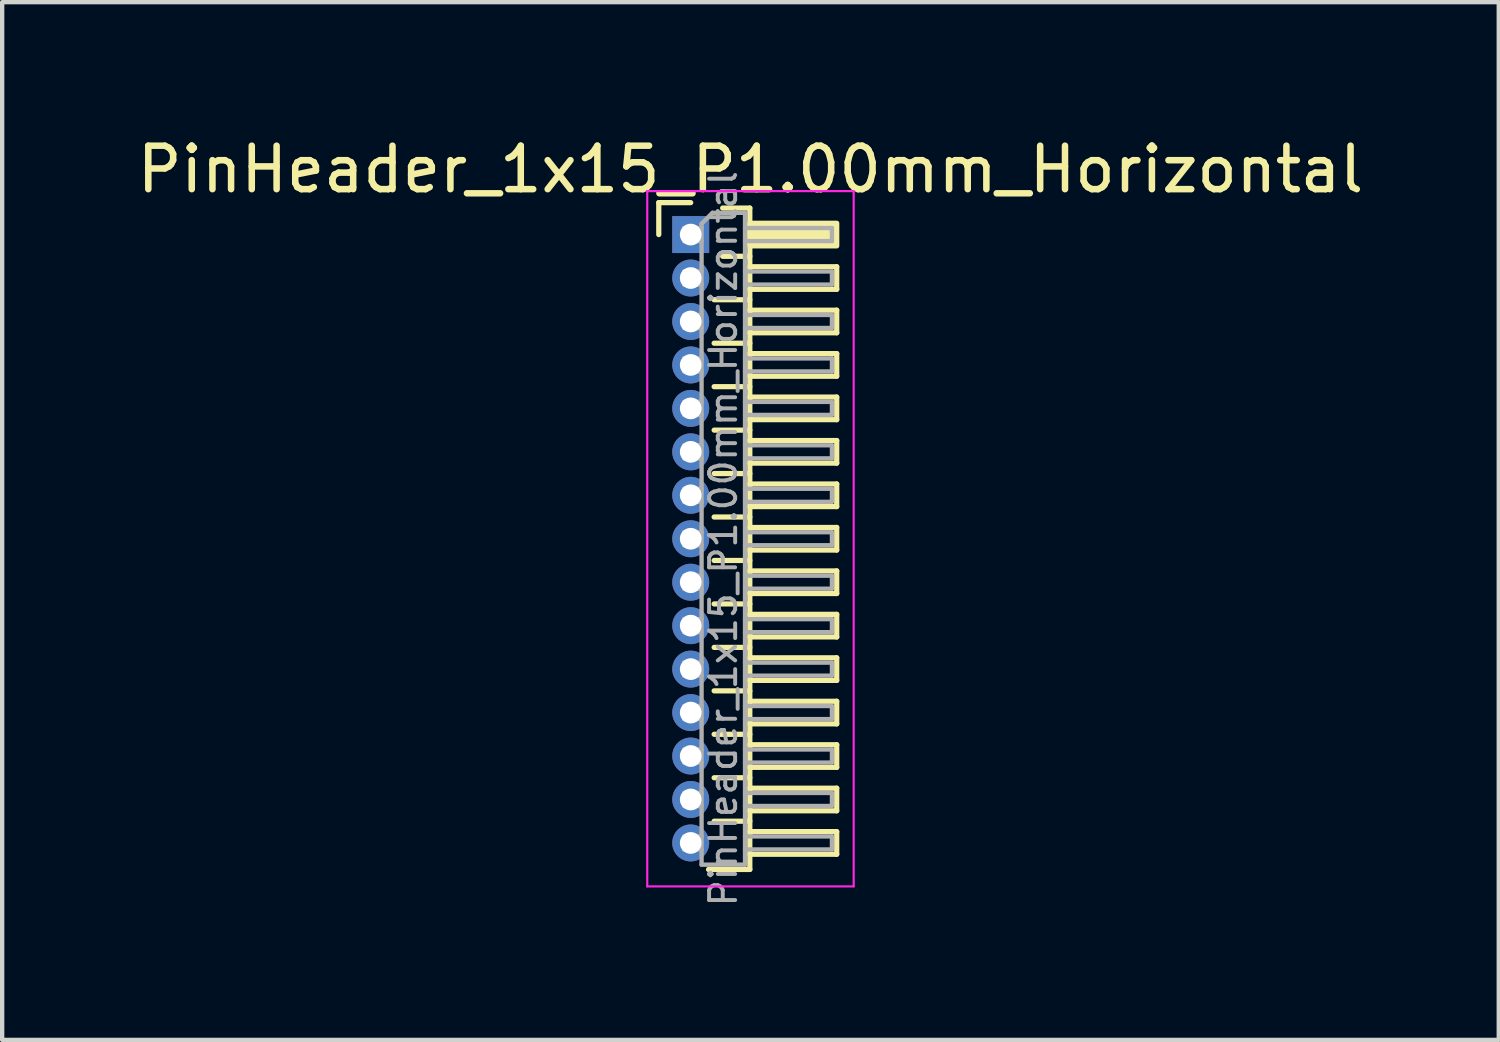
<source format=kicad_pcb>
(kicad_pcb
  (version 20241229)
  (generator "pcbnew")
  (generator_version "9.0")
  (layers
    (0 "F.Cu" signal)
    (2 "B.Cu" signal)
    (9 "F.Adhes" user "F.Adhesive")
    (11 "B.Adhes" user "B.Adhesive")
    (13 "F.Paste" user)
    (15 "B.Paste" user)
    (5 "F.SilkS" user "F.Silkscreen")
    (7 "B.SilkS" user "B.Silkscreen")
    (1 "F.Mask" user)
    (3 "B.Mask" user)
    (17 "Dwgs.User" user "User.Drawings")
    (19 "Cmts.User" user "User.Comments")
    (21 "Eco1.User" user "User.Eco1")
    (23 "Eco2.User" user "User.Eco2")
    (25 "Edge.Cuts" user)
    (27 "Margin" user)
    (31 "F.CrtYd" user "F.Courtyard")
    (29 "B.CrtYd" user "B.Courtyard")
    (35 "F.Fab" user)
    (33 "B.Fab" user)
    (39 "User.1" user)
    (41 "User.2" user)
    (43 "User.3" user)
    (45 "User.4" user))
  (footprint "PinHeader_1x15_P1.00mm_Horizontal"
    (layer "F.Cu")
    (at 12.845 2.348)
    (property "Reference" "PinHeader_1x15_P1.00mm_Horizontal" (at 1.375 -1.5 0) (layer "F.SilkS") (effects (font (size 1 1) (thickness 0.15))))
    (attr through_hole)
    (fp_line (start -0.735 -0.735) (end 0 -0.735) (stroke (width 0.12) (type solid)) (layer "F.SilkS"))
    (fp_line (start -0.735 0) (end -0.735 -0.735) (stroke (width 0.12) (type solid)) (layer "F.SilkS"))
    (fp_line (start 0.539 1.5) (end 1.36 1.5) (stroke (width 0.12) (type solid)) (layer "F.SilkS"))
    (fp_line (start 0.539 2.5) (end 1.36 2.5) (stroke (width 0.12) (type solid)) (layer "F.SilkS"))
    (fp_line (start 0.539 3.5) (end 1.36 3.5) (stroke (width 0.12) (type solid)) (layer "F.SilkS"))
    (fp_line (start 0.539 4.5) (end 1.36 4.5) (stroke (width 0.12) (type solid)) (layer "F.SilkS"))
    (fp_line (start 0.539 5.5) (end 1.36 5.5) (stroke (width 0.12) (type solid)) (layer "F.SilkS"))
    (fp_line (start 0.539 6.5) (end 1.36 6.5) (stroke (width 0.12) (type solid)) (layer "F.SilkS"))
    (fp_line (start 0.539 7.5) (end 1.36 7.5) (stroke (width 0.12) (type solid)) (layer "F.SilkS"))
    (fp_line (start 0.539 8.5) (end 1.36 8.5) (stroke (width 0.12) (type solid)) (layer "F.SilkS"))
    (fp_line (start 0.539 9.5) (end 1.36 9.5) (stroke (width 0.12) (type solid)) (layer "F.SilkS"))
    (fp_line (start 0.539 10.5) (end 1.36 10.5) (stroke (width 0.12) (type solid)) (layer "F.SilkS"))
    (fp_line (start 0.539 11.5) (end 1.36 11.5) (stroke (width 0.12) (type solid)) (layer "F.SilkS"))
    (fp_line (start 0.539 12.5) (end 1.36 12.5) (stroke (width 0.12) (type solid)) (layer "F.SilkS"))
    (fp_line (start 0.539 13.5) (end 1.36 13.5) (stroke (width 0.12) (type solid)) (layer "F.SilkS"))
    (fp_line (start 0.735 -0.61) (end 1.36 -0.61) (stroke (width 0.12) (type solid)) (layer "F.SilkS"))
    (fp_line (start 0.735 0.5) (end 1.36 0.5) (stroke (width 0.12) (type solid)) (layer "F.SilkS"))
    (fp_line (start 1.36 -0.61) (end 1.36 14.61) (stroke (width 0.12) (type solid)) (layer "F.SilkS"))
    (fp_line (start 1.36 0.74) (end 3.36 0.74) (stroke (width 0.12) (type solid)) (layer "F.SilkS"))
    (fp_line (start 1.36 1.74) (end 3.36 1.74) (stroke (width 0.12) (type solid)) (layer "F.SilkS"))
    (fp_line (start 1.36 2.74) (end 3.36 2.74) (stroke (width 0.12) (type solid)) (layer "F.SilkS"))
    (fp_line (start 1.36 3.74) (end 3.36 3.74) (stroke (width 0.12) (type solid)) (layer "F.SilkS"))
    (fp_line (start 1.36 4.74) (end 3.36 4.74) (stroke (width 0.12) (type solid)) (layer "F.SilkS"))
    (fp_line (start 1.36 5.74) (end 3.36 5.74) (stroke (width 0.12) (type solid)) (layer "F.SilkS"))
    (fp_line (start 1.36 6.74) (end 3.36 6.74) (stroke (width 0.12) (type solid)) (layer "F.SilkS"))
    (fp_line (start 1.36 7.74) (end 3.36 7.74) (stroke (width 0.12) (type solid)) (layer "F.SilkS"))
    (fp_line (start 1.36 8.74) (end 3.36 8.74) (stroke (width 0.12) (type solid)) (layer "F.SilkS"))
    (fp_line (start 1.36 9.74) (end 3.36 9.74) (stroke (width 0.12) (type solid)) (layer "F.SilkS"))
    (fp_line (start 1.36 10.74) (end 3.36 10.74) (stroke (width 0.12) (type solid)) (layer "F.SilkS"))
    (fp_line (start 1.36 11.74) (end 3.36 11.74) (stroke (width 0.12) (type solid)) (layer "F.SilkS"))
    (fp_line (start 1.36 12.74) (end 3.36 12.74) (stroke (width 0.12) (type solid)) (layer "F.SilkS"))
    (fp_line (start 1.36 13.74) (end 3.36 13.74) (stroke (width 0.12) (type solid)) (layer "F.SilkS"))
    (fp_line (start 1.36 14.61) (end 0.41 14.61) (stroke (width 0.12) (type solid)) (layer "F.SilkS"))
    (fp_line (start 3.36 0.74) (end 3.36 1.26) (stroke (width 0.12) (type solid)) (layer "F.SilkS"))
    (fp_line (start 3.36 1.26) (end 1.36 1.26) (stroke (width 0.12) (type solid)) (layer "F.SilkS"))
    (fp_line (start 3.36 1.74) (end 3.36 2.26) (stroke (width 0.12) (type solid)) (layer "F.SilkS"))
    (fp_line (start 3.36 2.26) (end 1.36 2.26) (stroke (width 0.12) (type solid)) (layer "F.SilkS"))
    (fp_line (start 3.36 2.74) (end 3.36 3.26) (stroke (width 0.12) (type solid)) (layer "F.SilkS"))
    (fp_line (start 3.36 3.26) (end 1.36 3.26) (stroke (width 0.12) (type solid)) (layer "F.SilkS"))
    (fp_line (start 3.36 3.74) (end 3.36 4.26) (stroke (width 0.12) (type solid)) (layer "F.SilkS"))
    (fp_line (start 3.36 4.26) (end 1.36 4.26) (stroke (width 0.12) (type solid)) (layer "F.SilkS"))
    (fp_line (start 3.36 4.74) (end 3.36 5.26) (stroke (width 0.12) (type solid)) (layer "F.SilkS"))
    (fp_line (start 3.36 5.26) (end 1.36 5.26) (stroke (width 0.12) (type solid)) (layer "F.SilkS"))
    (fp_line (start 3.36 5.74) (end 3.36 6.26) (stroke (width 0.12) (type solid)) (layer "F.SilkS"))
    (fp_line (start 3.36 6.26) (end 1.36 6.26) (stroke (width 0.12) (type solid)) (layer "F.SilkS"))
    (fp_line (start 3.36 6.74) (end 3.36 7.26) (stroke (width 0.12) (type solid)) (layer "F.SilkS"))
    (fp_line (start 3.36 7.26) (end 1.36 7.26) (stroke (width 0.12) (type solid)) (layer "F.SilkS"))
    (fp_line (start 3.36 7.74) (end 3.36 8.26) (stroke (width 0.12) (type solid)) (layer "F.SilkS"))
    (fp_line (start 3.36 8.26) (end 1.36 8.26) (stroke (width 0.12) (type solid)) (layer "F.SilkS"))
    (fp_line (start 3.36 8.74) (end 3.36 9.26) (stroke (width 0.12) (type solid)) (layer "F.SilkS"))
    (fp_line (start 3.36 9.26) (end 1.36 9.26) (stroke (width 0.12) (type solid)) (layer "F.SilkS"))
    (fp_line (start 3.36 9.74) (end 3.36 10.26) (stroke (width 0.12) (type solid)) (layer "F.SilkS"))
    (fp_line (start 3.36 10.26) (end 1.36 10.26) (stroke (width 0.12) (type solid)) (layer "F.SilkS"))
    (fp_line (start 3.36 10.74) (end 3.36 11.26) (stroke (width 0.12) (type solid)) (layer "F.SilkS"))
    (fp_line (start 3.36 11.26) (end 1.36 11.26) (stroke (width 0.12) (type solid)) (layer "F.SilkS"))
    (fp_line (start 3.36 11.74) (end 3.36 12.26) (stroke (width 0.12) (type solid)) (layer "F.SilkS"))
    (fp_line (start 3.36 12.26) (end 1.36 12.26) (stroke (width 0.12) (type solid)) (layer "F.SilkS"))
    (fp_line (start 3.36 12.74) (end 3.36 13.26) (stroke (width 0.12) (type solid)) (layer "F.SilkS"))
    (fp_line (start 3.36 13.26) (end 1.36 13.26) (stroke (width 0.12) (type solid)) (layer "F.SilkS"))
    (fp_line (start 3.36 13.74) (end 3.36 14.26) (stroke (width 0.12) (type solid)) (layer "F.SilkS"))
    (fp_line (start 3.36 14.26) (end 1.36 14.26) (stroke (width 0.12) (type solid)) (layer "F.SilkS"))
    (fp_rect (start 1.36 -0.26) (end 3.36 0.26) (stroke (width 0.12) (type solid)) (fill yes) (layer "F.SilkS"))
    (fp_line (start -1 -1) (end -1 15) (stroke (width 0.05) (type solid)) (layer "F.CrtYd"))
    (fp_line (start -1 15) (end 3.75 15) (stroke (width 0.05) (type solid)) (layer "F.CrtYd"))
    (fp_line (start 3.75 -1) (end -1 -1) (stroke (width 0.05) (type solid)) (layer "F.CrtYd"))
    (fp_line (start 3.75 15) (end 3.75 -1) (stroke (width 0.05) (type solid)) (layer "F.CrtYd"))
    (fp_line (start -0.15 -0.15) (end -0.15 0.15) (stroke (width 0.1) (type solid)) (layer "F.Fab"))
    (fp_line (start -0.15 -0.15) (end 0.25 -0.15) (stroke (width 0.1) (type solid)) (layer "F.Fab"))
    (fp_line (start -0.15 0.15) (end 0.25 0.15) (stroke (width 0.1) (type solid)) (layer "F.Fab"))
    (fp_line (start -0.15 0.85) (end -0.15 1.15) (stroke (width 0.1) (type solid)) (layer "F.Fab"))
    (fp_line (start -0.15 0.85) (end 0.25 0.85) (stroke (width 0.1) (type solid)) (layer "F.Fab"))
    (fp_line (start -0.15 1.15) (end 0.25 1.15) (stroke (width 0.1) (type solid)) (layer "F.Fab"))
    (fp_line (start -0.15 1.85) (end -0.15 2.15) (stroke (width 0.1) (type solid)) (layer "F.Fab"))
    (fp_line (start -0.15 1.85) (end 0.25 1.85) (stroke (width 0.1) (type solid)) (layer "F.Fab"))
    (fp_line (start -0.15 2.15) (end 0.25 2.15) (stroke (width 0.1) (type solid)) (layer "F.Fab"))
    (fp_line (start -0.15 2.85) (end -0.15 3.15) (stroke (width 0.1) (type solid)) (layer "F.Fab"))
    (fp_line (start -0.15 2.85) (end 0.25 2.85) (stroke (width 0.1) (type solid)) (layer "F.Fab"))
    (fp_line (start -0.15 3.15) (end 0.25 3.15) (stroke (width 0.1) (type solid)) (layer "F.Fab"))
    (fp_line (start -0.15 3.85) (end -0.15 4.15) (stroke (width 0.1) (type solid)) (layer "F.Fab"))
    (fp_line (start -0.15 3.85) (end 0.25 3.85) (stroke (width 0.1) (type solid)) (layer "F.Fab"))
    (fp_line (start -0.15 4.15) (end 0.25 4.15) (stroke (width 0.1) (type solid)) (layer "F.Fab"))
    (fp_line (start -0.15 4.85) (end -0.15 5.15) (stroke (width 0.1) (type solid)) (layer "F.Fab"))
    (fp_line (start -0.15 4.85) (end 0.25 4.85) (stroke (width 0.1) (type solid)) (layer "F.Fab"))
    (fp_line (start -0.15 5.15) (end 0.25 5.15) (stroke (width 0.1) (type solid)) (layer "F.Fab"))
    (fp_line (start -0.15 5.85) (end -0.15 6.15) (stroke (width 0.1) (type solid)) (layer "F.Fab"))
    (fp_line (start -0.15 5.85) (end 0.25 5.85) (stroke (width 0.1) (type solid)) (layer "F.Fab"))
    (fp_line (start -0.15 6.15) (end 0.25 6.15) (stroke (width 0.1) (type solid)) (layer "F.Fab"))
    (fp_line (start -0.15 6.85) (end -0.15 7.15) (stroke (width 0.1) (type solid)) (layer "F.Fab"))
    (fp_line (start -0.15 6.85) (end 0.25 6.85) (stroke (width 0.1) (type solid)) (layer "F.Fab"))
    (fp_line (start -0.15 7.15) (end 0.25 7.15) (stroke (width 0.1) (type solid)) (layer "F.Fab"))
    (fp_line (start -0.15 7.85) (end -0.15 8.15) (stroke (width 0.1) (type solid)) (layer "F.Fab"))
    (fp_line (start -0.15 7.85) (end 0.25 7.85) (stroke (width 0.1) (type solid)) (layer "F.Fab"))
    (fp_line (start -0.15 8.15) (end 0.25 8.15) (stroke (width 0.1) (type solid)) (layer "F.Fab"))
    (fp_line (start -0.15 8.85) (end -0.15 9.15) (stroke (width 0.1) (type solid)) (layer "F.Fab"))
    (fp_line (start -0.15 8.85) (end 0.25 8.85) (stroke (width 0.1) (type solid)) (layer "F.Fab"))
    (fp_line (start -0.15 9.15) (end 0.25 9.15) (stroke (width 0.1) (type solid)) (layer "F.Fab"))
    (fp_line (start -0.15 9.85) (end -0.15 10.15) (stroke (width 0.1) (type solid)) (layer "F.Fab"))
    (fp_line (start -0.15 9.85) (end 0.25 9.85) (stroke (width 0.1) (type solid)) (layer "F.Fab"))
    (fp_line (start -0.15 10.15) (end 0.25 10.15) (stroke (width 0.1) (type solid)) (layer "F.Fab"))
    (fp_line (start -0.15 10.85) (end -0.15 11.15) (stroke (width 0.1) (type solid)) (layer "F.Fab"))
    (fp_line (start -0.15 10.85) (end 0.25 10.85) (stroke (width 0.1) (type solid)) (layer "F.Fab"))
    (fp_line (start -0.15 11.15) (end 0.25 11.15) (stroke (width 0.1) (type solid)) (layer "F.Fab"))
    (fp_line (start -0.15 11.85) (end -0.15 12.15) (stroke (width 0.1) (type solid)) (layer "F.Fab"))
    (fp_line (start -0.15 11.85) (end 0.25 11.85) (stroke (width 0.1) (type solid)) (layer "F.Fab"))
    (fp_line (start -0.15 12.15) (end 0.25 12.15) (stroke (width 0.1) (type solid)) (layer "F.Fab"))
    (fp_line (start -0.15 12.85) (end -0.15 13.15) (stroke (width 0.1) (type solid)) (layer "F.Fab"))
    (fp_line (start -0.15 12.85) (end 0.25 12.85) (stroke (width 0.1) (type solid)) (layer "F.Fab"))
    (fp_line (start -0.15 13.15) (end 0.25 13.15) (stroke (width 0.1) (type solid)) (layer "F.Fab"))
    (fp_line (start -0.15 13.85) (end -0.15 14.15) (stroke (width 0.1) (type solid)) (layer "F.Fab"))
    (fp_line (start -0.15 13.85) (end 0.25 13.85) (stroke (width 0.1) (type solid)) (layer "F.Fab"))
    (fp_line (start -0.15 14.15) (end 0.25 14.15) (stroke (width 0.1) (type solid)) (layer "F.Fab"))
    (fp_line (start 0.25 -0.25) (end 0.5 -0.5) (stroke (width 0.1) (type solid)) (layer "F.Fab"))
    (fp_line (start 0.25 14.5) (end 0.25 -0.25) (stroke (width 0.1) (type solid)) (layer "F.Fab"))
    (fp_line (start 0.5 -0.5) (end 1.25 -0.5) (stroke (width 0.1) (type solid)) (layer "F.Fab"))
    (fp_line (start 1.25 -0.5) (end 1.25 14.5) (stroke (width 0.1) (type solid)) (layer "F.Fab"))
    (fp_line (start 1.25 -0.15) (end 3.25 -0.15) (stroke (width 0.1) (type solid)) (layer "F.Fab"))
    (fp_line (start 1.25 0.15) (end 3.25 0.15) (stroke (width 0.1) (type solid)) (layer "F.Fab"))
    (fp_line (start 1.25 0.85) (end 3.25 0.85) (stroke (width 0.1) (type solid)) (layer "F.Fab"))
    (fp_line (start 1.25 1.15) (end 3.25 1.15) (stroke (width 0.1) (type solid)) (layer "F.Fab"))
    (fp_line (start 1.25 1.85) (end 3.25 1.85) (stroke (width 0.1) (type solid)) (layer "F.Fab"))
    (fp_line (start 1.25 2.15) (end 3.25 2.15) (stroke (width 0.1) (type solid)) (layer "F.Fab"))
    (fp_line (start 1.25 2.85) (end 3.25 2.85) (stroke (width 0.1) (type solid)) (layer "F.Fab"))
    (fp_line (start 1.25 3.15) (end 3.25 3.15) (stroke (width 0.1) (type solid)) (layer "F.Fab"))
    (fp_line (start 1.25 3.85) (end 3.25 3.85) (stroke (width 0.1) (type solid)) (layer "F.Fab"))
    (fp_line (start 1.25 4.15) (end 3.25 4.15) (stroke (width 0.1) (type solid)) (layer "F.Fab"))
    (fp_line (start 1.25 4.85) (end 3.25 4.85) (stroke (width 0.1) (type solid)) (layer "F.Fab"))
    (fp_line (start 1.25 5.15) (end 3.25 5.15) (stroke (width 0.1) (type solid)) (layer "F.Fab"))
    (fp_line (start 1.25 5.85) (end 3.25 5.85) (stroke (width 0.1) (type solid)) (layer "F.Fab"))
    (fp_line (start 1.25 6.15) (end 3.25 6.15) (stroke (width 0.1) (type solid)) (layer "F.Fab"))
    (fp_line (start 1.25 6.85) (end 3.25 6.85) (stroke (width 0.1) (type solid)) (layer "F.Fab"))
    (fp_line (start 1.25 7.15) (end 3.25 7.15) (stroke (width 0.1) (type solid)) (layer "F.Fab"))
    (fp_line (start 1.25 7.85) (end 3.25 7.85) (stroke (width 0.1) (type solid)) (layer "F.Fab"))
    (fp_line (start 1.25 8.15) (end 3.25 8.15) (stroke (width 0.1) (type solid)) (layer "F.Fab"))
    (fp_line (start 1.25 8.85) (end 3.25 8.85) (stroke (width 0.1) (type solid)) (layer "F.Fab"))
    (fp_line (start 1.25 9.15) (end 3.25 9.15) (stroke (width 0.1) (type solid)) (layer "F.Fab"))
    (fp_line (start 1.25 9.85) (end 3.25 9.85) (stroke (width 0.1) (type solid)) (layer "F.Fab"))
    (fp_line (start 1.25 10.15) (end 3.25 10.15) (stroke (width 0.1) (type solid)) (layer "F.Fab"))
    (fp_line (start 1.25 10.85) (end 3.25 10.85) (stroke (width 0.1) (type solid)) (layer "F.Fab"))
    (fp_line (start 1.25 11.15) (end 3.25 11.15) (stroke (width 0.1) (type solid)) (layer "F.Fab"))
    (fp_line (start 1.25 11.85) (end 3.25 11.85) (stroke (width 0.1) (type solid)) (layer "F.Fab"))
    (fp_line (start 1.25 12.15) (end 3.25 12.15) (stroke (width 0.1) (type solid)) (layer "F.Fab"))
    (fp_line (start 1.25 12.85) (end 3.25 12.85) (stroke (width 0.1) (type solid)) (layer "F.Fab"))
    (fp_line (start 1.25 13.15) (end 3.25 13.15) (stroke (width 0.1) (type solid)) (layer "F.Fab"))
    (fp_line (start 1.25 13.85) (end 3.25 13.85) (stroke (width 0.1) (type solid)) (layer "F.Fab"))
    (fp_line (start 1.25 14.15) (end 3.25 14.15) (stroke (width 0.1) (type solid)) (layer "F.Fab"))
    (fp_line (start 1.25 14.5) (end 0.25 14.5) (stroke (width 0.1) (type solid)) (layer "F.Fab"))
    (fp_line (start 3.25 -0.15) (end 3.25 0.15) (stroke (width 0.1) (type solid)) (layer "F.Fab"))
    (fp_line (start 3.25 0.85) (end 3.25 1.15) (stroke (width 0.1) (type solid)) (layer "F.Fab"))
    (fp_line (start 3.25 1.85) (end 3.25 2.15) (stroke (width 0.1) (type solid)) (layer "F.Fab"))
    (fp_line (start 3.25 2.85) (end 3.25 3.15) (stroke (width 0.1) (type solid)) (layer "F.Fab"))
    (fp_line (start 3.25 3.85) (end 3.25 4.15) (stroke (width 0.1) (type solid)) (layer "F.Fab"))
    (fp_line (start 3.25 4.85) (end 3.25 5.15) (stroke (width 0.1) (type solid)) (layer "F.Fab"))
    (fp_line (start 3.25 5.85) (end 3.25 6.15) (stroke (width 0.1) (type solid)) (layer "F.Fab"))
    (fp_line (start 3.25 6.85) (end 3.25 7.15) (stroke (width 0.1) (type solid)) (layer "F.Fab"))
    (fp_line (start 3.25 7.85) (end 3.25 8.15) (stroke (width 0.1) (type solid)) (layer "F.Fab"))
    (fp_line (start 3.25 8.85) (end 3.25 9.15) (stroke (width 0.1) (type solid)) (layer "F.Fab"))
    (fp_line (start 3.25 9.85) (end 3.25 10.15) (stroke (width 0.1) (type solid)) (layer "F.Fab"))
    (fp_line (start 3.25 10.85) (end 3.25 11.15) (stroke (width 0.1) (type solid)) (layer "F.Fab"))
    (fp_line (start 3.25 11.85) (end 3.25 12.15) (stroke (width 0.1) (type solid)) (layer "F.Fab"))
    (fp_line (start 3.25 12.85) (end 3.25 13.15) (stroke (width 0.1) (type solid)) (layer "F.Fab"))
    (fp_line (start 3.25 13.85) (end 3.25 14.15) (stroke (width 0.1) (type solid)) (layer "F.Fab"))
    (fp_text user "${REFERENCE}" (at 0.75 7 90) (layer "F.Fab") (effects (font (size 0.6 0.6) (thickness 0.09))))
    (pad "1" thru_hole rect (at 0 0) (size 0.85 0.85) (drill 0.5) (layers "*.Cu" "*.Mask"))
    (pad "2" thru_hole circle (at 0 1) (size 0.85 0.85) (drill 0.5) (layers "*.Cu" "*.Mask"))
    (pad "3" thru_hole circle (at 0 2) (size 0.85 0.85) (drill 0.5) (layers "*.Cu" "*.Mask"))
    (pad "4" thru_hole circle (at 0 3) (size 0.85 0.85) (drill 0.5) (layers "*.Cu" "*.Mask"))
    (pad "5" thru_hole circle (at 0 4) (size 0.85 0.85) (drill 0.5) (layers "*.Cu" "*.Mask"))
    (pad "6" thru_hole circle (at 0 5) (size 0.85 0.85) (drill 0.5) (layers "*.Cu" "*.Mask"))
    (pad "7" thru_hole circle (at 0 6) (size 0.85 0.85) (drill 0.5) (layers "*.Cu" "*.Mask"))
    (pad "8" thru_hole circle (at 0 7) (size 0.85 0.85) (drill 0.5) (layers "*.Cu" "*.Mask"))
    (pad "9" thru_hole circle (at 0 8) (size 0.85 0.85) (drill 0.5) (layers "*.Cu" "*.Mask"))
    (pad "10" thru_hole circle (at 0 9) (size 0.85 0.85) (drill 0.5) (layers "*.Cu" "*.Mask"))
    (pad "11" thru_hole circle (at 0 10) (size 0.85 0.85) (drill 0.5) (layers "*.Cu" "*.Mask"))
    (pad "12" thru_hole circle (at 0 11) (size 0.85 0.85) (drill 0.5) (layers "*.Cu" "*.Mask"))
    (pad "13" thru_hole circle (at 0 12) (size 0.85 0.85) (drill 0.5) (layers "*.Cu" "*.Mask"))
    (pad "14" thru_hole circle (at 0 13) (size 0.85 0.85) (drill 0.5) (layers "*.Cu" "*.Mask"))
    (pad "15" thru_hole circle (at 0 14) (size 0.85 0.85) (drill 0.5) (layers "*.Cu" "*.Mask")))
  (gr_rect
    (start -3 -3)
    (end 31.44 20.88)
    (stroke (width 0.1) (type default))
    (fill no)
    (layer "Edge.Cuts")))
</source>
